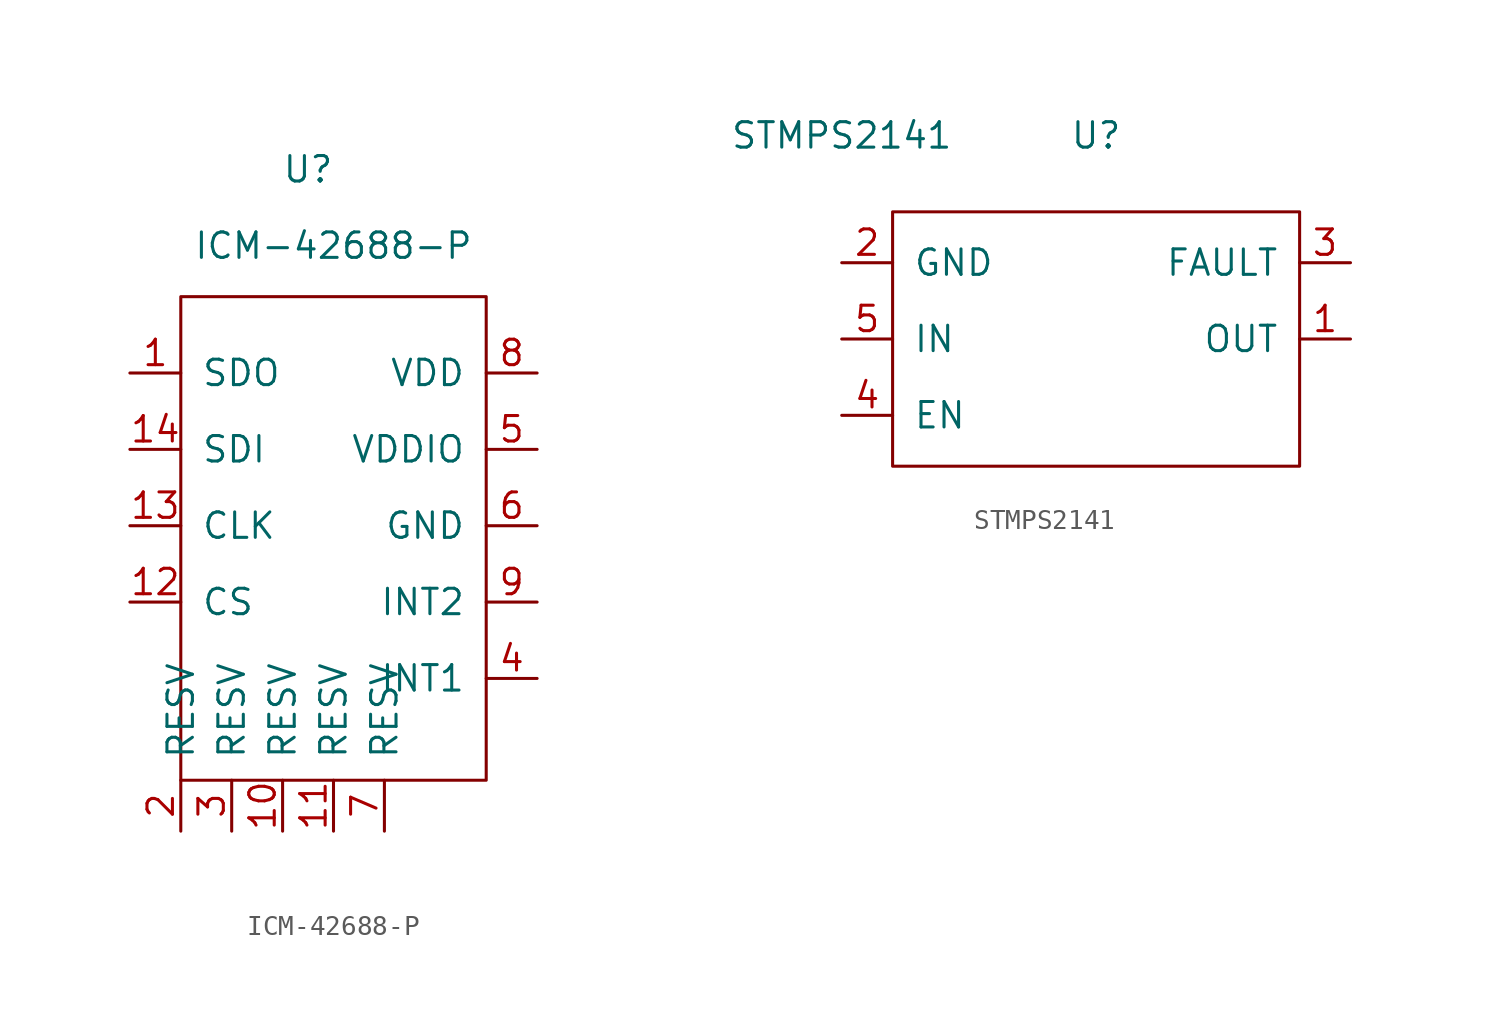
<source format=kicad_sym>
(kicad_symbol_lib
  (version 20211014)
  (generator kicad_symbol_editor)
  (symbol "ICM-42688-P"
    (pin_names
      (offset 1.016))
    (property "Reference" "U"
      (at 8.89 26.67 0)
      (effects (font (size 1.27 1.27))))
    (property "Value" "ICM-42688-P"
      (at 10.16 22.86 0)
      (effects (font (size 1.27 1.27))))
    (symbol "ICM-42688-P_0_1"
      (rectangle (start 2.54 20.32) (end 17.78 -3.81) (stroke (width 0) (type default) (color 0 0 0 0)) (fill (type none))))
    (symbol "ICM-42688-P_1_1"
      (pin input line (at 0 16.51 0) (length 2.54) (name "SDO" (effects (font (size 1.27 1.27)))) (number "1" (effects (font (size 1.27 1.27)))))
      (pin input line (at 7.62 -6.35 90) (length 2.54) (name "RESV" (effects (font (size 1.27 1.27)))) (number "10" (effects (font (size 1.27 1.27)))))
      (pin input line (at 10.16 -6.35 90) (length 2.54) (name "RESV" (effects (font (size 1.27 1.27)))) (number "11" (effects (font (size 1.27 1.27)))))
      (pin input line (at 0 5.08 0) (length 2.54) (name "CS" (effects (font (size 1.27 1.27)))) (number "12" (effects (font (size 1.27 1.27)))))
      (pin input line (at 0 8.89 0) (length 2.54) (name "CLK" (effects (font (size 1.27 1.27)))) (number "13" (effects (font (size 1.27 1.27)))))
      (pin input line (at 0 12.7 0) (length 2.54) (name "SDI" (effects (font (size 1.27 1.27)))) (number "14" (effects (font (size 1.27 1.27)))))
      (pin input line (at 2.54 -6.35 90) (length 2.54) (name "RESV" (effects (font (size 1.27 1.27)))) (number "2" (effects (font (size 1.27 1.27)))))
      (pin input line (at 5.08 -6.35 90) (length 2.54) (name "RESV" (effects (font (size 1.27 1.27)))) (number "3" (effects (font (size 1.27 1.27)))))
      (pin input line (at 20.32 1.27 180) (length 2.54) (name "INT1" (effects (font (size 1.27 1.27)))) (number "4" (effects (font (size 1.27 1.27)))))
      (pin input line (at 20.32 12.7 180) (length 2.54) (name "VDDIO" (effects (font (size 1.27 1.27)))) (number "5" (effects (font (size 1.27 1.27)))))
      (pin input line (at 20.32 8.89 180) (length 2.54) (name "GND" (effects (font (size 1.27 1.27)))) (number "6" (effects (font (size 1.27 1.27)))))
      (pin input line (at 12.7 -6.35 90) (length 2.54) (name "RESV" (effects (font (size 1.27 1.27)))) (number "7" (effects (font (size 1.27 1.27)))))
      (pin input line (at 20.32 16.51 180) (length 2.54) (name "VDD" (effects (font (size 1.27 1.27)))) (number "8" (effects (font (size 1.27 1.27)))))
      (pin input line (at 20.32 5.08 180) (length 2.54) (name "INT2" (effects (font (size 1.27 1.27)))) (number "9" (effects (font (size 1.27 1.27)))))))
  (symbol "STMPS2141"
    (pin_names
      (offset 1.016))
    (property "Reference" "U"
      (at 5.08 8.89 0)
      (effects (font (size 1.27 1.27))))
    (property "Value" "STMPS2141"
      (at -7.62 8.89 0)
      (effects (font (size 1.27 1.27))))
    (symbol "STMPS2141_0_1"
      (rectangle (start -5.08 5.08) (end 15.24 -7.62) (stroke (width 0) (type default) (color 0 0 0 0)) (fill (type none))))
    (symbol "STMPS2141_1_1"
      (pin input line (at 17.78 -1.27 180) (length 2.54) (name "OUT" (effects (font (size 1.27 1.27)))) (number "1" (effects (font (size 1.27 1.27)))))
      (pin input line (at -7.62 2.54 0) (length 2.54) (name "GND" (effects (font (size 1.27 1.27)))) (number "2" (effects (font (size 1.27 1.27)))))
      (pin input line (at 17.78 2.54 180) (length 2.54) (name "FAULT" (effects (font (size 1.27 1.27)))) (number "3" (effects (font (size 1.27 1.27)))))
      (pin input line (at -7.62 -5.08 0) (length 2.54) (name "EN" (effects (font (size 1.27 1.27)))) (number "4" (effects (font (size 1.27 1.27)))))
      (pin input line (at -7.62 -1.27 0) (length 2.54) (name "IN" (effects (font (size 1.27 1.27)))) (number "5" (effects (font (size 1.27 1.27))))))))
</source>
